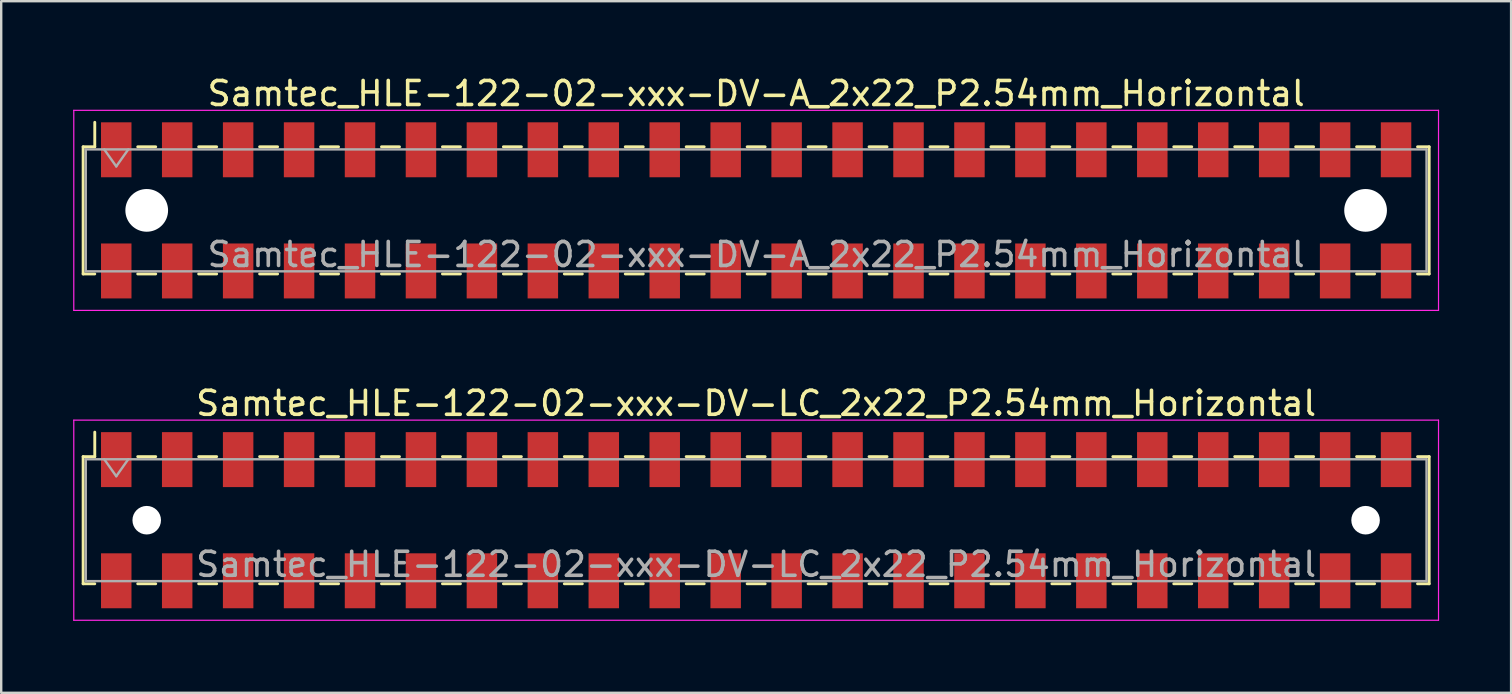
<source format=kicad_pcb>
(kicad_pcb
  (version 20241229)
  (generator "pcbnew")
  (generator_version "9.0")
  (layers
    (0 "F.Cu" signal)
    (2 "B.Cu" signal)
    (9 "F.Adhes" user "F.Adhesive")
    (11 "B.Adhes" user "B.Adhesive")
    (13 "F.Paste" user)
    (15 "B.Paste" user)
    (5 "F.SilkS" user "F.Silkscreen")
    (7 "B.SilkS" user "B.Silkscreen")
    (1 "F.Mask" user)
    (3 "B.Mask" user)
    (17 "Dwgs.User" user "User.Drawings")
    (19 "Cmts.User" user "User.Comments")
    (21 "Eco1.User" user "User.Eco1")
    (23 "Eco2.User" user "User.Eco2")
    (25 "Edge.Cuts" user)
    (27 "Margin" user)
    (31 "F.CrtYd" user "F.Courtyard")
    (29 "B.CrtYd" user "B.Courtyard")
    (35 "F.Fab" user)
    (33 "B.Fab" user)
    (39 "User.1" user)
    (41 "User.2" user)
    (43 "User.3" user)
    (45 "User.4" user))
  (footprint "Samtec_HLE-122-02-xxx-DV-LC_2x22_P2.54mm_Horizontal"
    (layer "F.Cu")
    (at 28.465 18.631)
    (property "Reference" "Samtec_HLE-122-02-xxx-DV-LC_2x22_P2.54mm_Horizontal" (at 0 -4.87 0) (layer "F.SilkS") (effects (font (size 1 1) (thickness 0.15))))
    (attr smd)
    (fp_line (start -28.05 -2.65) (end -28.05 2.65) (stroke (width 0.12) (type solid)) (layer "F.SilkS"))
    (fp_line (start -28.05 2.65) (end -27.565 2.65) (stroke (width 0.12) (type solid)) (layer "F.SilkS"))
    (fp_line (start -27.565 -3.67) (end -27.565 -2.65) (stroke (width 0.12) (type solid)) (layer "F.SilkS"))
    (fp_line (start -27.565 -2.65) (end -28.05 -2.65) (stroke (width 0.12) (type solid)) (layer "F.SilkS"))
    (fp_line (start -25.775 -2.65) (end -25.025 -2.65) (stroke (width 0.12) (type solid)) (layer "F.SilkS"))
    (fp_line (start -25.775 2.65) (end -25.025 2.65) (stroke (width 0.12) (type solid)) (layer "F.SilkS"))
    (fp_line (start -23.235 -2.65) (end -22.485 -2.65) (stroke (width 0.12) (type solid)) (layer "F.SilkS"))
    (fp_line (start -23.235 2.65) (end -22.485 2.65) (stroke (width 0.12) (type solid)) (layer "F.SilkS"))
    (fp_line (start -20.695 -2.65) (end -19.945 -2.65) (stroke (width 0.12) (type solid)) (layer "F.SilkS"))
    (fp_line (start -20.695 2.65) (end -19.945 2.65) (stroke (width 0.12) (type solid)) (layer "F.SilkS"))
    (fp_line (start -18.155 -2.65) (end -17.405 -2.65) (stroke (width 0.12) (type solid)) (layer "F.SilkS"))
    (fp_line (start -18.155 2.65) (end -17.405 2.65) (stroke (width 0.12) (type solid)) (layer "F.SilkS"))
    (fp_line (start -15.615 -2.65) (end -14.865 -2.65) (stroke (width 0.12) (type solid)) (layer "F.SilkS"))
    (fp_line (start -15.615 2.65) (end -14.865 2.65) (stroke (width 0.12) (type solid)) (layer "F.SilkS"))
    (fp_line (start -13.075 -2.65) (end -12.325 -2.65) (stroke (width 0.12) (type solid)) (layer "F.SilkS"))
    (fp_line (start -13.075 2.65) (end -12.325 2.65) (stroke (width 0.12) (type solid)) (layer "F.SilkS"))
    (fp_line (start -10.535 -2.65) (end -9.785 -2.65) (stroke (width 0.12) (type solid)) (layer "F.SilkS"))
    (fp_line (start -10.535 2.65) (end -9.785 2.65) (stroke (width 0.12) (type solid)) (layer "F.SilkS"))
    (fp_line (start -7.995 -2.65) (end -7.245 -2.65) (stroke (width 0.12) (type solid)) (layer "F.SilkS"))
    (fp_line (start -7.995 2.65) (end -7.245 2.65) (stroke (width 0.12) (type solid)) (layer "F.SilkS"))
    (fp_line (start -5.455 -2.65) (end -4.705 -2.65) (stroke (width 0.12) (type solid)) (layer "F.SilkS"))
    (fp_line (start -5.455 2.65) (end -4.705 2.65) (stroke (width 0.12) (type solid)) (layer "F.SilkS"))
    (fp_line (start -2.915 -2.65) (end -2.165 -2.65) (stroke (width 0.12) (type solid)) (layer "F.SilkS"))
    (fp_line (start -2.915 2.65) (end -2.165 2.65) (stroke (width 0.12) (type solid)) (layer "F.SilkS"))
    (fp_line (start -0.375 -2.65) (end 0.375 -2.65) (stroke (width 0.12) (type solid)) (layer "F.SilkS"))
    (fp_line (start -0.375 2.65) (end 0.375 2.65) (stroke (width 0.12) (type solid)) (layer "F.SilkS"))
    (fp_line (start 2.165 -2.65) (end 2.915 -2.65) (stroke (width 0.12) (type solid)) (layer "F.SilkS"))
    (fp_line (start 2.165 2.65) (end 2.915 2.65) (stroke (width 0.12) (type solid)) (layer "F.SilkS"))
    (fp_line (start 4.705 -2.65) (end 5.455 -2.65) (stroke (width 0.12) (type solid)) (layer "F.SilkS"))
    (fp_line (start 4.705 2.65) (end 5.455 2.65) (stroke (width 0.12) (type solid)) (layer "F.SilkS"))
    (fp_line (start 7.245 -2.65) (end 7.995 -2.65) (stroke (width 0.12) (type solid)) (layer "F.SilkS"))
    (fp_line (start 7.245 2.65) (end 7.995 2.65) (stroke (width 0.12) (type solid)) (layer "F.SilkS"))
    (fp_line (start 9.785 -2.65) (end 10.535 -2.65) (stroke (width 0.12) (type solid)) (layer "F.SilkS"))
    (fp_line (start 9.785 2.65) (end 10.535 2.65) (stroke (width 0.12) (type solid)) (layer "F.SilkS"))
    (fp_line (start 12.325 -2.65) (end 13.075 -2.65) (stroke (width 0.12) (type solid)) (layer "F.SilkS"))
    (fp_line (start 12.325 2.65) (end 13.075 2.65) (stroke (width 0.12) (type solid)) (layer "F.SilkS"))
    (fp_line (start 14.865 -2.65) (end 15.615 -2.65) (stroke (width 0.12) (type solid)) (layer "F.SilkS"))
    (fp_line (start 14.865 2.65) (end 15.615 2.65) (stroke (width 0.12) (type solid)) (layer "F.SilkS"))
    (fp_line (start 17.405 -2.65) (end 18.155 -2.65) (stroke (width 0.12) (type solid)) (layer "F.SilkS"))
    (fp_line (start 17.405 2.65) (end 18.155 2.65) (stroke (width 0.12) (type solid)) (layer "F.SilkS"))
    (fp_line (start 19.945 -2.65) (end 20.695 -2.65) (stroke (width 0.12) (type solid)) (layer "F.SilkS"))
    (fp_line (start 19.945 2.65) (end 20.695 2.65) (stroke (width 0.12) (type solid)) (layer "F.SilkS"))
    (fp_line (start 22.485 -2.65) (end 23.235 -2.65) (stroke (width 0.12) (type solid)) (layer "F.SilkS"))
    (fp_line (start 22.485 2.65) (end 23.235 2.65) (stroke (width 0.12) (type solid)) (layer "F.SilkS"))
    (fp_line (start 25.025 -2.65) (end 25.775 -2.65) (stroke (width 0.12) (type solid)) (layer "F.SilkS"))
    (fp_line (start 25.025 2.65) (end 25.775 2.65) (stroke (width 0.12) (type solid)) (layer "F.SilkS"))
    (fp_line (start 27.565 -2.65) (end 28.05 -2.65) (stroke (width 0.12) (type solid)) (layer "F.SilkS"))
    (fp_line (start 28.05 -2.65) (end 28.05 2.65) (stroke (width 0.12) (type solid)) (layer "F.SilkS"))
    (fp_line (start 28.05 2.65) (end 27.565 2.65) (stroke (width 0.12) (type solid)) (layer "F.SilkS"))
    (fp_line (start -28.44 -4.17) (end 28.44 -4.17) (stroke (width 0.05) (type solid)) (layer "F.CrtYd"))
    (fp_line (start -28.44 4.17) (end -28.44 -4.17) (stroke (width 0.05) (type solid)) (layer "F.CrtYd"))
    (fp_line (start 28.44 -4.17) (end 28.44 4.17) (stroke (width 0.05) (type solid)) (layer "F.CrtYd"))
    (fp_line (start 28.44 4.17) (end -28.44 4.17) (stroke (width 0.05) (type solid)) (layer "F.CrtYd"))
    (fp_line (start -27.94 -2.54) (end 27.94 -2.54) (stroke (width 0.1) (type solid)) (layer "F.Fab"))
    (fp_line (start -27.94 2.54) (end -27.94 -2.54) (stroke (width 0.1) (type solid)) (layer "F.Fab"))
    (fp_line (start -27.17 -2.54) (end -26.67 -1.833) (stroke (width 0.1) (type solid)) (layer "F.Fab"))
    (fp_line (start -26.67 -1.833) (end -26.17 -2.54) (stroke (width 0.1) (type solid)) (layer "F.Fab"))
    (fp_line (start 27.94 -2.54) (end 27.94 2.54) (stroke (width 0.1) (type solid)) (layer "F.Fab"))
    (fp_line (start 27.94 2.54) (end -27.94 2.54) (stroke (width 0.1) (type solid)) (layer "F.Fab"))
    (fp_text user "${REFERENCE}" (at 0 1.84 0) (layer "F.Fab") (effects (font (size 1 1) (thickness 0.15))))
    (pad "" np_thru_hole circle (at -25.4 0) (size 1.19 1.19) (drill 1.19) (layers "*.Cu" "*.Mask"))
    (pad "" np_thru_hole circle (at 25.4 0) (size 1.19 1.19) (drill 1.19) (layers "*.Cu" "*.Mask"))
    (pad "1" smd rect (at -26.67 -2.525) (size 1.27 2.29) (layers "F.Cu" "F.Mask" "F.Paste"))
    (pad "2" smd rect (at -26.67 2.525) (size 1.27 2.29) (layers "F.Cu" "F.Mask" "F.Paste"))
    (pad "3" smd rect (at -24.13 -2.525) (size 1.27 2.29) (layers "F.Cu" "F.Mask" "F.Paste"))
    (pad "4" smd rect (at -24.13 2.525) (size 1.27 2.29) (layers "F.Cu" "F.Mask" "F.Paste"))
    (pad "5" smd rect (at -21.59 -2.525) (size 1.27 2.29) (layers "F.Cu" "F.Mask" "F.Paste"))
    (pad "6" smd rect (at -21.59 2.525) (size 1.27 2.29) (layers "F.Cu" "F.Mask" "F.Paste"))
    (pad "7" smd rect (at -19.05 -2.525) (size 1.27 2.29) (layers "F.Cu" "F.Mask" "F.Paste"))
    (pad "8" smd rect (at -19.05 2.525) (size 1.27 2.29) (layers "F.Cu" "F.Mask" "F.Paste"))
    (pad "9" smd rect (at -16.51 -2.525) (size 1.27 2.29) (layers "F.Cu" "F.Mask" "F.Paste"))
    (pad "10" smd rect (at -16.51 2.525) (size 1.27 2.29) (layers "F.Cu" "F.Mask" "F.Paste"))
    (pad "11" smd rect (at -13.97 -2.525) (size 1.27 2.29) (layers "F.Cu" "F.Mask" "F.Paste"))
    (pad "12" smd rect (at -13.97 2.525) (size 1.27 2.29) (layers "F.Cu" "F.Mask" "F.Paste"))
    (pad "13" smd rect (at -11.43 -2.525) (size 1.27 2.29) (layers "F.Cu" "F.Mask" "F.Paste"))
    (pad "14" smd rect (at -11.43 2.525) (size 1.27 2.29) (layers "F.Cu" "F.Mask" "F.Paste"))
    (pad "15" smd rect (at -8.89 -2.525) (size 1.27 2.29) (layers "F.Cu" "F.Mask" "F.Paste"))
    (pad "16" smd rect (at -8.89 2.525) (size 1.27 2.29) (layers "F.Cu" "F.Mask" "F.Paste"))
    (pad "17" smd rect (at -6.35 -2.525) (size 1.27 2.29) (layers "F.Cu" "F.Mask" "F.Paste"))
    (pad "18" smd rect (at -6.35 2.525) (size 1.27 2.29) (layers "F.Cu" "F.Mask" "F.Paste"))
    (pad "19" smd rect (at -3.81 -2.525) (size 1.27 2.29) (layers "F.Cu" "F.Mask" "F.Paste"))
    (pad "20" smd rect (at -3.81 2.525) (size 1.27 2.29) (layers "F.Cu" "F.Mask" "F.Paste"))
    (pad "21" smd rect (at -1.27 -2.525) (size 1.27 2.29) (layers "F.Cu" "F.Mask" "F.Paste"))
    (pad "22" smd rect (at -1.27 2.525) (size 1.27 2.29) (layers "F.Cu" "F.Mask" "F.Paste"))
    (pad "23" smd rect (at 1.27 -2.525) (size 1.27 2.29) (layers "F.Cu" "F.Mask" "F.Paste"))
    (pad "24" smd rect (at 1.27 2.525) (size 1.27 2.29) (layers "F.Cu" "F.Mask" "F.Paste"))
    (pad "25" smd rect (at 3.81 -2.525) (size 1.27 2.29) (layers "F.Cu" "F.Mask" "F.Paste"))
    (pad "26" smd rect (at 3.81 2.525) (size 1.27 2.29) (layers "F.Cu" "F.Mask" "F.Paste"))
    (pad "27" smd rect (at 6.35 -2.525) (size 1.27 2.29) (layers "F.Cu" "F.Mask" "F.Paste"))
    (pad "28" smd rect (at 6.35 2.525) (size 1.27 2.29) (layers "F.Cu" "F.Mask" "F.Paste"))
    (pad "29" smd rect (at 8.89 -2.525) (size 1.27 2.29) (layers "F.Cu" "F.Mask" "F.Paste"))
    (pad "30" smd rect (at 8.89 2.525) (size 1.27 2.29) (layers "F.Cu" "F.Mask" "F.Paste"))
    (pad "31" smd rect (at 11.43 -2.525) (size 1.27 2.29) (layers "F.Cu" "F.Mask" "F.Paste"))
    (pad "32" smd rect (at 11.43 2.525) (size 1.27 2.29) (layers "F.Cu" "F.Mask" "F.Paste"))
    (pad "33" smd rect (at 13.97 -2.525) (size 1.27 2.29) (layers "F.Cu" "F.Mask" "F.Paste"))
    (pad "34" smd rect (at 13.97 2.525) (size 1.27 2.29) (layers "F.Cu" "F.Mask" "F.Paste"))
    (pad "35" smd rect (at 16.51 -2.525) (size 1.27 2.29) (layers "F.Cu" "F.Mask" "F.Paste"))
    (pad "36" smd rect (at 16.51 2.525) (size 1.27 2.29) (layers "F.Cu" "F.Mask" "F.Paste"))
    (pad "37" smd rect (at 19.05 -2.525) (size 1.27 2.29) (layers "F.Cu" "F.Mask" "F.Paste"))
    (pad "38" smd rect (at 19.05 2.525) (size 1.27 2.29) (layers "F.Cu" "F.Mask" "F.Paste"))
    (pad "39" smd rect (at 21.59 -2.525) (size 1.27 2.29) (layers "F.Cu" "F.Mask" "F.Paste"))
    (pad "40" smd rect (at 21.59 2.525) (size 1.27 2.29) (layers "F.Cu" "F.Mask" "F.Paste"))
    (pad "41" smd rect (at 24.13 -2.525) (size 1.27 2.29) (layers "F.Cu" "F.Mask" "F.Paste"))
    (pad "42" smd rect (at 24.13 2.525) (size 1.27 2.29) (layers "F.Cu" "F.Mask" "F.Paste"))
    (pad "43" smd rect (at 26.67 -2.525) (size 1.27 2.29) (layers "F.Cu" "F.Mask" "F.Paste"))
    (pad "44" smd rect (at 26.67 2.525) (size 1.27 2.29) (layers "F.Cu" "F.Mask" "F.Paste")))
  (footprint "Samtec_HLE-122-02-xxx-DV-A_2x22_P2.54mm_Horizontal"
    (layer "F.Cu")
    (at 28.465 5.718)
    (property "Reference" "Samtec_HLE-122-02-xxx-DV-A_2x22_P2.54mm_Horizontal" (at 0 -4.87 0) (layer "F.SilkS") (effects (font (size 1 1) (thickness 0.15))))
    (attr smd)
    (fp_line (start -28.05 -2.65) (end -28.05 2.65) (stroke (width 0.12) (type solid)) (layer "F.SilkS"))
    (fp_line (start -28.05 2.65) (end -27.565 2.65) (stroke (width 0.12) (type solid)) (layer "F.SilkS"))
    (fp_line (start -27.565 -3.67) (end -27.565 -2.65) (stroke (width 0.12) (type solid)) (layer "F.SilkS"))
    (fp_line (start -27.565 -2.65) (end -28.05 -2.65) (stroke (width 0.12) (type solid)) (layer "F.SilkS"))
    (fp_line (start -25.775 -2.65) (end -25.025 -2.65) (stroke (width 0.12) (type solid)) (layer "F.SilkS"))
    (fp_line (start -25.775 2.65) (end -25.025 2.65) (stroke (width 0.12) (type solid)) (layer "F.SilkS"))
    (fp_line (start -23.235 -2.65) (end -22.485 -2.65) (stroke (width 0.12) (type solid)) (layer "F.SilkS"))
    (fp_line (start -23.235 2.65) (end -22.485 2.65) (stroke (width 0.12) (type solid)) (layer "F.SilkS"))
    (fp_line (start -20.695 -2.65) (end -19.945 -2.65) (stroke (width 0.12) (type solid)) (layer "F.SilkS"))
    (fp_line (start -20.695 2.65) (end -19.945 2.65) (stroke (width 0.12) (type solid)) (layer "F.SilkS"))
    (fp_line (start -18.155 -2.65) (end -17.405 -2.65) (stroke (width 0.12) (type solid)) (layer "F.SilkS"))
    (fp_line (start -18.155 2.65) (end -17.405 2.65) (stroke (width 0.12) (type solid)) (layer "F.SilkS"))
    (fp_line (start -15.615 -2.65) (end -14.865 -2.65) (stroke (width 0.12) (type solid)) (layer "F.SilkS"))
    (fp_line (start -15.615 2.65) (end -14.865 2.65) (stroke (width 0.12) (type solid)) (layer "F.SilkS"))
    (fp_line (start -13.075 -2.65) (end -12.325 -2.65) (stroke (width 0.12) (type solid)) (layer "F.SilkS"))
    (fp_line (start -13.075 2.65) (end -12.325 2.65) (stroke (width 0.12) (type solid)) (layer "F.SilkS"))
    (fp_line (start -10.535 -2.65) (end -9.785 -2.65) (stroke (width 0.12) (type solid)) (layer "F.SilkS"))
    (fp_line (start -10.535 2.65) (end -9.785 2.65) (stroke (width 0.12) (type solid)) (layer "F.SilkS"))
    (fp_line (start -7.995 -2.65) (end -7.245 -2.65) (stroke (width 0.12) (type solid)) (layer "F.SilkS"))
    (fp_line (start -7.995 2.65) (end -7.245 2.65) (stroke (width 0.12) (type solid)) (layer "F.SilkS"))
    (fp_line (start -5.455 -2.65) (end -4.705 -2.65) (stroke (width 0.12) (type solid)) (layer "F.SilkS"))
    (fp_line (start -5.455 2.65) (end -4.705 2.65) (stroke (width 0.12) (type solid)) (layer "F.SilkS"))
    (fp_line (start -2.915 -2.65) (end -2.165 -2.65) (stroke (width 0.12) (type solid)) (layer "F.SilkS"))
    (fp_line (start -2.915 2.65) (end -2.165 2.65) (stroke (width 0.12) (type solid)) (layer "F.SilkS"))
    (fp_line (start -0.375 -2.65) (end 0.375 -2.65) (stroke (width 0.12) (type solid)) (layer "F.SilkS"))
    (fp_line (start -0.375 2.65) (end 0.375 2.65) (stroke (width 0.12) (type solid)) (layer "F.SilkS"))
    (fp_line (start 2.165 -2.65) (end 2.915 -2.65) (stroke (width 0.12) (type solid)) (layer "F.SilkS"))
    (fp_line (start 2.165 2.65) (end 2.915 2.65) (stroke (width 0.12) (type solid)) (layer "F.SilkS"))
    (fp_line (start 4.705 -2.65) (end 5.455 -2.65) (stroke (width 0.12) (type solid)) (layer "F.SilkS"))
    (fp_line (start 4.705 2.65) (end 5.455 2.65) (stroke (width 0.12) (type solid)) (layer "F.SilkS"))
    (fp_line (start 7.245 -2.65) (end 7.995 -2.65) (stroke (width 0.12) (type solid)) (layer "F.SilkS"))
    (fp_line (start 7.245 2.65) (end 7.995 2.65) (stroke (width 0.12) (type solid)) (layer "F.SilkS"))
    (fp_line (start 9.785 -2.65) (end 10.535 -2.65) (stroke (width 0.12) (type solid)) (layer "F.SilkS"))
    (fp_line (start 9.785 2.65) (end 10.535 2.65) (stroke (width 0.12) (type solid)) (layer "F.SilkS"))
    (fp_line (start 12.325 -2.65) (end 13.075 -2.65) (stroke (width 0.12) (type solid)) (layer "F.SilkS"))
    (fp_line (start 12.325 2.65) (end 13.075 2.65) (stroke (width 0.12) (type solid)) (layer "F.SilkS"))
    (fp_line (start 14.865 -2.65) (end 15.615 -2.65) (stroke (width 0.12) (type solid)) (layer "F.SilkS"))
    (fp_line (start 14.865 2.65) (end 15.615 2.65) (stroke (width 0.12) (type solid)) (layer "F.SilkS"))
    (fp_line (start 17.405 -2.65) (end 18.155 -2.65) (stroke (width 0.12) (type solid)) (layer "F.SilkS"))
    (fp_line (start 17.405 2.65) (end 18.155 2.65) (stroke (width 0.12) (type solid)) (layer "F.SilkS"))
    (fp_line (start 19.945 -2.65) (end 20.695 -2.65) (stroke (width 0.12) (type solid)) (layer "F.SilkS"))
    (fp_line (start 19.945 2.65) (end 20.695 2.65) (stroke (width 0.12) (type solid)) (layer "F.SilkS"))
    (fp_line (start 22.485 -2.65) (end 23.235 -2.65) (stroke (width 0.12) (type solid)) (layer "F.SilkS"))
    (fp_line (start 22.485 2.65) (end 23.235 2.65) (stroke (width 0.12) (type solid)) (layer "F.SilkS"))
    (fp_line (start 25.025 -2.65) (end 25.775 -2.65) (stroke (width 0.12) (type solid)) (layer "F.SilkS"))
    (fp_line (start 25.025 2.65) (end 25.775 2.65) (stroke (width 0.12) (type solid)) (layer "F.SilkS"))
    (fp_line (start 27.565 -2.65) (end 28.05 -2.65) (stroke (width 0.12) (type solid)) (layer "F.SilkS"))
    (fp_line (start 28.05 -2.65) (end 28.05 2.65) (stroke (width 0.12) (type solid)) (layer "F.SilkS"))
    (fp_line (start 28.05 2.65) (end 27.565 2.65) (stroke (width 0.12) (type solid)) (layer "F.SilkS"))
    (fp_line (start -28.44 -4.17) (end 28.44 -4.17) (stroke (width 0.05) (type solid)) (layer "F.CrtYd"))
    (fp_line (start -28.44 4.17) (end -28.44 -4.17) (stroke (width 0.05) (type solid)) (layer "F.CrtYd"))
    (fp_line (start 28.44 -4.17) (end 28.44 4.17) (stroke (width 0.05) (type solid)) (layer "F.CrtYd"))
    (fp_line (start 28.44 4.17) (end -28.44 4.17) (stroke (width 0.05) (type solid)) (layer "F.CrtYd"))
    (fp_line (start -27.94 -2.54) (end 27.94 -2.54) (stroke (width 0.1) (type solid)) (layer "F.Fab"))
    (fp_line (start -27.94 2.54) (end -27.94 -2.54) (stroke (width 0.1) (type solid)) (layer "F.Fab"))
    (fp_line (start -27.17 -2.54) (end -26.67 -1.833) (stroke (width 0.1) (type solid)) (layer "F.Fab"))
    (fp_line (start -26.67 -1.833) (end -26.17 -2.54) (stroke (width 0.1) (type solid)) (layer "F.Fab"))
    (fp_line (start 27.94 -2.54) (end 27.94 2.54) (stroke (width 0.1) (type solid)) (layer "F.Fab"))
    (fp_line (start 27.94 2.54) (end -27.94 2.54) (stroke (width 0.1) (type solid)) (layer "F.Fab"))
    (fp_text user "${REFERENCE}" (at 0 1.84 0) (layer "F.Fab") (effects (font (size 1 1) (thickness 0.15))))
    (pad "" np_thru_hole circle (at -25.4 0) (size 1.78 1.78) (drill 1.78) (layers "*.Cu" "*.Mask"))
    (pad "" np_thru_hole circle (at 25.4 0) (size 1.78 1.78) (drill 1.78) (layers "*.Cu" "*.Mask"))
    (pad "1" smd rect (at -26.67 -2.525) (size 1.27 2.29) (layers "F.Cu" "F.Mask" "F.Paste"))
    (pad "2" smd rect (at -26.67 2.525) (size 1.27 2.29) (layers "F.Cu" "F.Mask" "F.Paste"))
    (pad "3" smd rect (at -24.13 -2.525) (size 1.27 2.29) (layers "F.Cu" "F.Mask" "F.Paste"))
    (pad "4" smd rect (at -24.13 2.525) (size 1.27 2.29) (layers "F.Cu" "F.Mask" "F.Paste"))
    (pad "5" smd rect (at -21.59 -2.525) (size 1.27 2.29) (layers "F.Cu" "F.Mask" "F.Paste"))
    (pad "6" smd rect (at -21.59 2.525) (size 1.27 2.29) (layers "F.Cu" "F.Mask" "F.Paste"))
    (pad "7" smd rect (at -19.05 -2.525) (size 1.27 2.29) (layers "F.Cu" "F.Mask" "F.Paste"))
    (pad "8" smd rect (at -19.05 2.525) (size 1.27 2.29) (layers "F.Cu" "F.Mask" "F.Paste"))
    (pad "9" smd rect (at -16.51 -2.525) (size 1.27 2.29) (layers "F.Cu" "F.Mask" "F.Paste"))
    (pad "10" smd rect (at -16.51 2.525) (size 1.27 2.29) (layers "F.Cu" "F.Mask" "F.Paste"))
    (pad "11" smd rect (at -13.97 -2.525) (size 1.27 2.29) (layers "F.Cu" "F.Mask" "F.Paste"))
    (pad "12" smd rect (at -13.97 2.525) (size 1.27 2.29) (layers "F.Cu" "F.Mask" "F.Paste"))
    (pad "13" smd rect (at -11.43 -2.525) (size 1.27 2.29) (layers "F.Cu" "F.Mask" "F.Paste"))
    (pad "14" smd rect (at -11.43 2.525) (size 1.27 2.29) (layers "F.Cu" "F.Mask" "F.Paste"))
    (pad "15" smd rect (at -8.89 -2.525) (size 1.27 2.29) (layers "F.Cu" "F.Mask" "F.Paste"))
    (pad "16" smd rect (at -8.89 2.525) (size 1.27 2.29) (layers "F.Cu" "F.Mask" "F.Paste"))
    (pad "17" smd rect (at -6.35 -2.525) (size 1.27 2.29) (layers "F.Cu" "F.Mask" "F.Paste"))
    (pad "18" smd rect (at -6.35 2.525) (size 1.27 2.29) (layers "F.Cu" "F.Mask" "F.Paste"))
    (pad "19" smd rect (at -3.81 -2.525) (size 1.27 2.29) (layers "F.Cu" "F.Mask" "F.Paste"))
    (pad "20" smd rect (at -3.81 2.525) (size 1.27 2.29) (layers "F.Cu" "F.Mask" "F.Paste"))
    (pad "21" smd rect (at -1.27 -2.525) (size 1.27 2.29) (layers "F.Cu" "F.Mask" "F.Paste"))
    (pad "22" smd rect (at -1.27 2.525) (size 1.27 2.29) (layers "F.Cu" "F.Mask" "F.Paste"))
    (pad "23" smd rect (at 1.27 -2.525) (size 1.27 2.29) (layers "F.Cu" "F.Mask" "F.Paste"))
    (pad "24" smd rect (at 1.27 2.525) (size 1.27 2.29) (layers "F.Cu" "F.Mask" "F.Paste"))
    (pad "25" smd rect (at 3.81 -2.525) (size 1.27 2.29) (layers "F.Cu" "F.Mask" "F.Paste"))
    (pad "26" smd rect (at 3.81 2.525) (size 1.27 2.29) (layers "F.Cu" "F.Mask" "F.Paste"))
    (pad "27" smd rect (at 6.35 -2.525) (size 1.27 2.29) (layers "F.Cu" "F.Mask" "F.Paste"))
    (pad "28" smd rect (at 6.35 2.525) (size 1.27 2.29) (layers "F.Cu" "F.Mask" "F.Paste"))
    (pad "29" smd rect (at 8.89 -2.525) (size 1.27 2.29) (layers "F.Cu" "F.Mask" "F.Paste"))
    (pad "30" smd rect (at 8.89 2.525) (size 1.27 2.29) (layers "F.Cu" "F.Mask" "F.Paste"))
    (pad "31" smd rect (at 11.43 -2.525) (size 1.27 2.29) (layers "F.Cu" "F.Mask" "F.Paste"))
    (pad "32" smd rect (at 11.43 2.525) (size 1.27 2.29) (layers "F.Cu" "F.Mask" "F.Paste"))
    (pad "33" smd rect (at 13.97 -2.525) (size 1.27 2.29) (layers "F.Cu" "F.Mask" "F.Paste"))
    (pad "34" smd rect (at 13.97 2.525) (size 1.27 2.29) (layers "F.Cu" "F.Mask" "F.Paste"))
    (pad "35" smd rect (at 16.51 -2.525) (size 1.27 2.29) (layers "F.Cu" "F.Mask" "F.Paste"))
    (pad "36" smd rect (at 16.51 2.525) (size 1.27 2.29) (layers "F.Cu" "F.Mask" "F.Paste"))
    (pad "37" smd rect (at 19.05 -2.525) (size 1.27 2.29) (layers "F.Cu" "F.Mask" "F.Paste"))
    (pad "38" smd rect (at 19.05 2.525) (size 1.27 2.29) (layers "F.Cu" "F.Mask" "F.Paste"))
    (pad "39" smd rect (at 21.59 -2.525) (size 1.27 2.29) (layers "F.Cu" "F.Mask" "F.Paste"))
    (pad "40" smd rect (at 21.59 2.525) (size 1.27 2.29) (layers "F.Cu" "F.Mask" "F.Paste"))
    (pad "41" smd rect (at 24.13 -2.525) (size 1.27 2.29) (layers "F.Cu" "F.Mask" "F.Paste"))
    (pad "42" smd rect (at 24.13 2.525) (size 1.27 2.29) (layers "F.Cu" "F.Mask" "F.Paste"))
    (pad "43" smd rect (at 26.67 -2.525) (size 1.27 2.29) (layers "F.Cu" "F.Mask" "F.Paste"))
    (pad "44" smd rect (at 26.67 2.525) (size 1.27 2.29) (layers "F.Cu" "F.Mask" "F.Paste")))
  (gr_rect
    (start -3 -3)
    (end 59.93 25.826)
    (stroke (width 0.1) (type default))
    (fill no)
    (layer "Edge.Cuts")))
</source>
